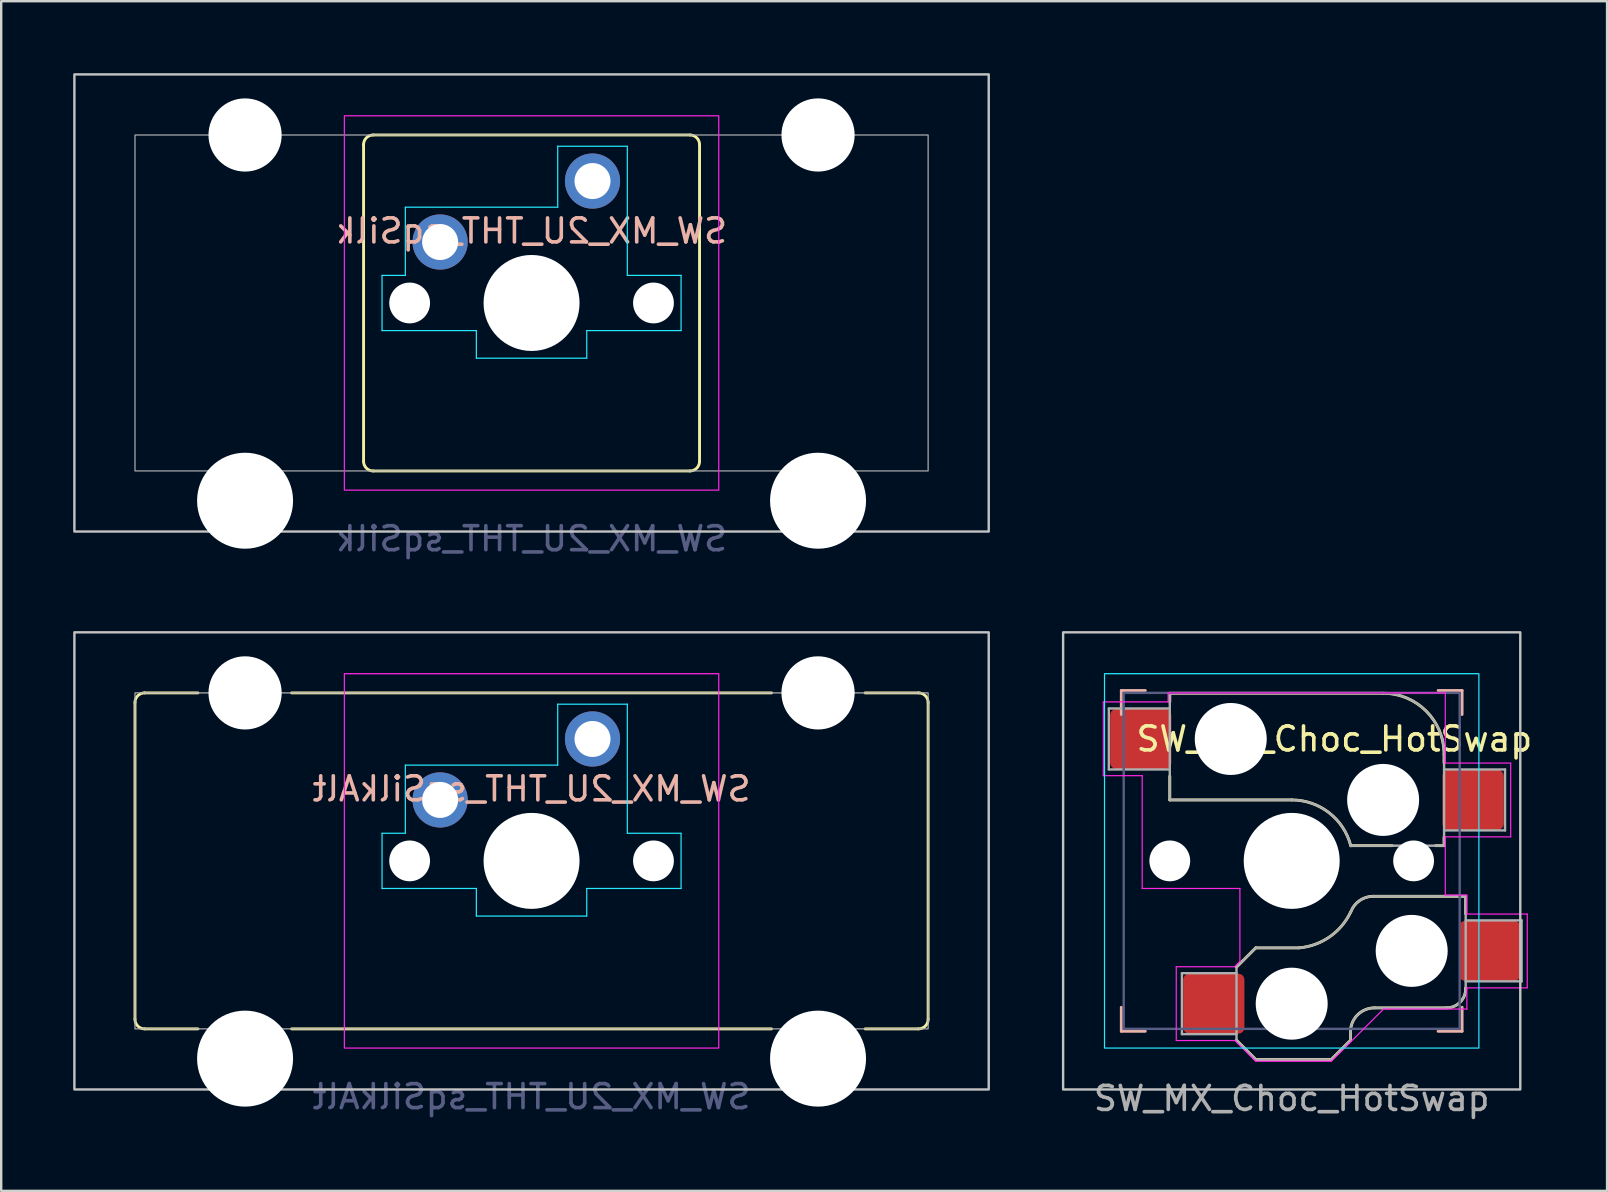
<source format=kicad_pcb>
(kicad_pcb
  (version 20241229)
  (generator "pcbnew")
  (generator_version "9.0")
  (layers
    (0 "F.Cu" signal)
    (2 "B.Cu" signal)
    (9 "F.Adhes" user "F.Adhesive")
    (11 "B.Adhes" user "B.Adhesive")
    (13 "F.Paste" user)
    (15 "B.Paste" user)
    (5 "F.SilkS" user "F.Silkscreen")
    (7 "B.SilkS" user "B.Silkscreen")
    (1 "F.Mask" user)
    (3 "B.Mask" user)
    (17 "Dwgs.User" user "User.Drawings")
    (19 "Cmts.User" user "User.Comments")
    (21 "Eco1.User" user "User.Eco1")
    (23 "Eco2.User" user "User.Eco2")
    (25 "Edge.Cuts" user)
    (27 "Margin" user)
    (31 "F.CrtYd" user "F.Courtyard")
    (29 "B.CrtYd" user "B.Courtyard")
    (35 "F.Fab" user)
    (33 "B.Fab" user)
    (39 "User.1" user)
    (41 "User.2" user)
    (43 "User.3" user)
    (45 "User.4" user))
  (footprint "SW_MX_2U_THT_sqSilk"
    (layer "F.Cu")
    (at 19.1 9.575)
    (property "Reference" "SW_MX_2U_THT_sqSilk" (at 0 -3 0) (unlocked yes) (layer "B.SilkS") (effects (font (size 1 1) (thickness 0.15)) (justify mirror)))
    (attr through_hole)
    (fp_line (start -7 6.6) (end -7 -6.6) (stroke (width 0.12) (type default)) (layer "F.SilkS"))
    (fp_line (start -6.6 -7) (end 6.6 -7) (stroke (width 0.12) (type default)) (layer "F.SilkS"))
    (fp_line (start 6.6 7) (end -6.6 7) (stroke (width 0.12) (type default)) (layer "F.SilkS"))
    (fp_line (start 7 -6.6) (end 7 6.6) (stroke (width 0.12) (type default)) (layer "F.SilkS"))
    (fp_arc (start -7 -6.600001) (mid -6.882842 -6.882843) (end -6.6 -7.000001) (stroke (width 0.12) (type default)) (layer "F.SilkS"))
    (fp_arc (start -6.6 6.999999) (mid -6.882842 6.882842) (end -7 6.599999) (stroke (width 0.12) (type default)) (layer "F.SilkS"))
    (fp_arc (start 6.6 -7.000001) (mid 6.882842 -6.882843) (end 7 -6.600001) (stroke (width 0.12) (type default)) (layer "F.SilkS"))
    (fp_arc (start 7 6.599999) (mid 6.882842 6.882841) (end 6.6 6.999999) (stroke (width 0.12) (type default)) (layer "F.SilkS"))
    (fp_rect (start -19.05 -9.525) (end 19.05 9.525) (stroke (width 0.1) (type default)) (fill no) (layer "Dwgs.User"))
    (fp_line (start -6.23 -1.15) (end -6.23 1.15) (stroke (width 0.05) (type default)) (layer "B.CrtYd"))
    (fp_line (start -6.23 -1.15) (end -5.26 -1.15) (stroke (width 0.05) (type default)) (layer "B.CrtYd"))
    (fp_line (start -6.23 1.15) (end -2.3 1.15) (stroke (width 0.05) (type default)) (layer "B.CrtYd"))
    (fp_line (start -5.26 -3.99) (end 1.09 -3.99) (stroke (width 0.05) (type default)) (layer "B.CrtYd"))
    (fp_line (start -5.26 -1.15) (end -5.26 -3.99) (stroke (width 0.05) (type default)) (layer "B.CrtYd"))
    (fp_line (start -2.3 1.15) (end -2.3 2.3) (stroke (width 0.05) (type default)) (layer "B.CrtYd"))
    (fp_line (start -2.3 2.3) (end 2.3 2.3) (stroke (width 0.05) (type default)) (layer "B.CrtYd"))
    (fp_line (start 1.09 -6.53) (end 3.99 -6.53) (stroke (width 0.05) (type default)) (layer "B.CrtYd"))
    (fp_line (start 1.09 -3.99) (end 1.09 -6.53) (stroke (width 0.05) (type default)) (layer "B.CrtYd"))
    (fp_line (start 2.3 1.15) (end 2.3 2.3) (stroke (width 0.05) (type default)) (layer "B.CrtYd"))
    (fp_line (start 3.99 -6.53) (end 3.99 -1.15) (stroke (width 0.05) (type default)) (layer "B.CrtYd"))
    (fp_line (start 3.99 -1.15) (end 6.23 -1.15) (stroke (width 0.05) (type default)) (layer "B.CrtYd"))
    (fp_line (start 6.23 -1.15) (end 6.23 1.15) (stroke (width 0.05) (type default)) (layer "B.CrtYd"))
    (fp_line (start 6.23 1.15) (end 2.3 1.15) (stroke (width 0.05) (type default)) (layer "B.CrtYd"))
    (fp_rect (start -7.8 -7.8) (end 7.8 7.8) (stroke (width 0.05) (type default)) (fill no) (layer "F.CrtYd"))
    (fp_rect (start -16.525 -7) (end 16.525 7) (stroke (width 0.05) (type default)) (fill no) (layer "F.Fab"))
    (fp_text user "${REFERENCE}" (at 0 9.825 0) (layer "B.Fab") (effects (font (size 1 1) (thickness 0.15)) (justify mirror)))
    (pad "" np_thru_hole circle (at -11.938 -7) (size 3.05 3.05) (drill 3.05) (layers "*.Cu" "*.Mask"))
    (pad "" np_thru_hole circle (at -11.938 8.24) (size 4 4) (drill 4) (layers "*.Cu" "*.Mask"))
    (pad "" np_thru_hole circle (at -5.08 0) (size 1.7 1.7) (drill 1.7) (layers "*.Cu" "*.Mask"))
    (pad "" np_thru_hole circle (at 0 0) (size 4 4) (drill 4) (layers "*.Cu" "*.Mask"))
    (pad "" np_thru_hole circle (at 5.08 0) (size 1.7 1.7) (drill 1.7) (layers "*.Cu" "*.Mask"))
    (pad "" np_thru_hole circle (at 11.938 -7) (size 3.05 3.05) (drill 3.05) (layers "*.Cu" "*.Mask"))
    (pad "" np_thru_hole circle (at 11.938 8.24) (size 4 4) (drill 4) (layers "*.Cu" "*.Mask"))
    (pad "1" thru_hole circle (at 2.54 -5.08) (size 2.3 2.3) (drill 1.5) (layers "*.Cu" "*.Mask"))
    (pad "2" thru_hole circle (at -3.81 -2.54) (size 2.3 2.3) (drill 1.5) (layers "*.Cu" "*.Mask")))
  (footprint "SW_MX_2U_THT_sqSilkAlt"
    (layer "F.Cu")
    (at 19.1 32.823)
    (property "Reference" "SW_MX_2U_THT_sqSilkAlt" (at 0 -3 0) (unlocked yes) (layer "B.SilkS") (effects (font (size 1 1) (thickness 0.15)) (justify mirror)))
    (attr through_hole)
    (fp_line (start -16.525 6.6) (end -16.525 -6.6) (stroke (width 0.12) (type default)) (layer "F.SilkS"))
    (fp_line (start -16.125 -7) (end -13.9 -7) (stroke (width 0.12) (type default)) (layer "F.SilkS"))
    (fp_line (start -13.9 7) (end -16.125 7) (stroke (width 0.12) (type default)) (layer "F.SilkS"))
    (fp_line (start 10 -7) (end -10 -7) (stroke (width 0.12) (type default)) (layer "F.SilkS"))
    (fp_line (start 10 7) (end -10 7) (stroke (width 0.12) (type default)) (layer "F.SilkS"))
    (fp_line (start 13.9 -7) (end 16.125 -7) (stroke (width 0.12) (type default)) (layer "F.SilkS"))
    (fp_line (start 16.125 7) (end 13.9 7) (stroke (width 0.12) (type default)) (layer "F.SilkS"))
    (fp_line (start 16.525 -6.6) (end 16.525 6.6) (stroke (width 0.12) (type default)) (layer "F.SilkS"))
    (fp_arc (start -16.525 -6.6) (mid -16.407843 -6.882843) (end -16.125 -7) (stroke (width 0.12) (type default)) (layer "F.SilkS"))
    (fp_arc (start -16.125 7) (mid -16.407843 6.882843) (end -16.525 6.6) (stroke (width 0.12) (type default)) (layer "F.SilkS"))
    (fp_arc (start 16.125 -7) (mid 16.407843 -6.882843) (end 16.525 -6.6) (stroke (width 0.12) (type default)) (layer "F.SilkS"))
    (fp_arc (start 16.525 6.6) (mid 16.407843 6.882843) (end 16.125 7) (stroke (width 0.12) (type default)) (layer "F.SilkS"))
    (fp_rect (start -19.05 -9.525) (end 19.05 9.525) (stroke (width 0.1) (type default)) (fill no) (layer "Dwgs.User"))
    (fp_line (start -6.23 -1.15) (end -6.23 1.15) (stroke (width 0.05) (type default)) (layer "B.CrtYd"))
    (fp_line (start -6.23 -1.15) (end -5.26 -1.15) (stroke (width 0.05) (type default)) (layer "B.CrtYd"))
    (fp_line (start -6.23 1.15) (end -2.3 1.15) (stroke (width 0.05) (type default)) (layer "B.CrtYd"))
    (fp_line (start -5.26 -3.99) (end 1.09 -3.99) (stroke (width 0.05) (type default)) (layer "B.CrtYd"))
    (fp_line (start -5.26 -1.15) (end -5.26 -3.99) (stroke (width 0.05) (type default)) (layer "B.CrtYd"))
    (fp_line (start -2.3 1.15) (end -2.3 2.3) (stroke (width 0.05) (type default)) (layer "B.CrtYd"))
    (fp_line (start -2.3 2.3) (end 2.3 2.3) (stroke (width 0.05) (type default)) (layer "B.CrtYd"))
    (fp_line (start 1.09 -6.53) (end 3.99 -6.53) (stroke (width 0.05) (type default)) (layer "B.CrtYd"))
    (fp_line (start 1.09 -3.99) (end 1.09 -6.53) (stroke (width 0.05) (type default)) (layer "B.CrtYd"))
    (fp_line (start 2.3 1.15) (end 2.3 2.3) (stroke (width 0.05) (type default)) (layer "B.CrtYd"))
    (fp_line (start 3.99 -6.53) (end 3.99 -1.15) (stroke (width 0.05) (type default)) (layer "B.CrtYd"))
    (fp_line (start 3.99 -1.15) (end 6.23 -1.15) (stroke (width 0.05) (type default)) (layer "B.CrtYd"))
    (fp_line (start 6.23 -1.15) (end 6.23 1.15) (stroke (width 0.05) (type default)) (layer "B.CrtYd"))
    (fp_line (start 6.23 1.15) (end 2.3 1.15) (stroke (width 0.05) (type default)) (layer "B.CrtYd"))
    (fp_rect (start -7.8 -7.8) (end 7.8 7.8) (stroke (width 0.05) (type default)) (fill no) (layer "F.CrtYd"))
    (fp_rect (start -16.525 -7) (end 16.525 7) (stroke (width 0.05) (type default)) (fill no) (layer "F.Fab"))
    (fp_text user "${REFERENCE}" (at 0 9.825 0) (layer "B.Fab") (effects (font (size 1 1) (thickness 0.15)) (justify mirror)))
    (pad "" np_thru_hole circle (at -11.938 -7) (size 3.05 3.05) (drill 3.05) (layers "*.Cu" "*.Mask"))
    (pad "" np_thru_hole circle (at -11.938 8.24) (size 4 4) (drill 4) (layers "*.Cu" "*.Mask"))
    (pad "" np_thru_hole circle (at -5.08 0) (size 1.7 1.7) (drill 1.7) (layers "*.Cu" "*.Mask"))
    (pad "" np_thru_hole circle (at 0 0) (size 4 4) (drill 4) (layers "*.Cu" "*.Mask"))
    (pad "" np_thru_hole circle (at 5.08 0) (size 1.7 1.7) (drill 1.7) (layers "*.Cu" "*.Mask"))
    (pad "" np_thru_hole circle (at 11.938 -7) (size 3.05 3.05) (drill 3.05) (layers "*.Cu" "*.Mask"))
    (pad "" np_thru_hole circle (at 11.938 8.24) (size 4 4) (drill 4) (layers "*.Cu" "*.Mask"))
    (pad "1" thru_hole circle (at 2.54 -5.08) (size 2.3 2.3) (drill 1.5) (layers "*.Cu" "*.Mask"))
    (pad "2" thru_hole circle (at -3.81 -2.54) (size 2.3 2.3) (drill 1.5) (layers "*.Cu" "*.Mask")))
  (footprint "SW_MX_Choc_HotSwap"
    (layer "F.Cu")
    (at 50.775 32.823)
    (property "Reference" "SW_MX_Choc_HotSwap" (at 1.778 -5.08 180) (layer "F.SilkS") (effects (font (size 1 1) (thickness 0.15))))
    (attr smd)
    (fp_line (start -5.08 -6.985) (end -5.08 -6.63) (stroke (width 0.12) (type solid)) (layer "F.SilkS"))
    (fp_line (start -5.08 -2.54) (end -5.08 -3.53) (stroke (width 0.12) (type default)) (layer "F.SilkS"))
    (fp_line (start -5.08 -2.54) (end 0 -2.54) (stroke (width 0.12) (type solid)) (layer "F.SilkS"))
    (fp_line (start -2.3 7.475) (end -1.5 8.275) (stroke (width 0.12) (type solid)) (layer "F.SilkS"))
    (fp_line (start -1.5 3.625) (end -2.3 4.425) (stroke (width 0.12) (type solid)) (layer "F.SilkS"))
    (fp_line (start -1.5 3.625) (end 0.3 3.625) (stroke (width 0.12) (type solid)) (layer "F.SilkS"))
    (fp_line (start -1.5 8.275) (end 1.65 8.275) (stroke (width 0.12) (type solid)) (layer "F.SilkS"))
    (fp_line (start 2.45 7.475) (end 1.65 8.275) (stroke (width 0.12) (type solid)) (layer "F.SilkS"))
    (fp_line (start 2.45 7.475) (end 2.45 7.125) (stroke (width 0.12) (type solid)) (layer "F.SilkS"))
    (fp_line (start 2.464 -0.635) (end 4.191 -0.635) (stroke (width 0.12) (type solid)) (layer "F.SilkS"))
    (fp_line (start 3.81 -6.985) (end -5.08 -6.985) (stroke (width 0.12) (type solid)) (layer "F.SilkS"))
    (fp_line (start 6 -0.635) (end 6.35 -0.635) (stroke (width 0.12) (type solid)) (layer "F.SilkS"))
    (fp_line (start 6.35 -4.445) (end 6.35 -4.09) (stroke (width 0.12) (type solid)) (layer "F.SilkS"))
    (fp_line (start 6.35 -0.99) (end 6.35 -0.635) (stroke (width 0.12) (type solid)) (layer "F.SilkS"))
    (fp_line (start 6.45 6.125) (end 3.45 6.125) (stroke (width 0.12) (type solid)) (layer "F.SilkS"))
    (fp_line (start 7.25 1.475) (end 3.396 1.475) (stroke (width 0.12) (type solid)) (layer "F.SilkS"))
    (fp_line (start 7.25 1.475) (end 7.25 2.2) (stroke (width 0.12) (type solid)) (layer "F.SilkS"))
    (fp_line (start 7.25 5.3) (end 7.25 5.325) (stroke (width 0.12) (type solid)) (layer "F.SilkS"))
    (fp_arc (start 0 -2.54) (mid 1.555901 -2.007678) (end 2.459645 -0.633836) (stroke (width 0.12) (type default)) (layer "F.SilkS"))
    (fp_arc (start 2.45 7.125) (mid 2.742893 6.417893) (end 3.45 6.125) (stroke (width 0.12) (type solid)) (layer "F.SilkS"))
    (fp_arc (start 2.455444 2.13293) (mid 1.577272 3.167235) (end 0.299999 3.624999) (stroke (width 0.12) (type solid)) (layer "F.SilkS"))
    (fp_arc (start 2.460307 2.13298) (mid 2.826423 1.655848) (end 3.4 1.475) (stroke (width 0.12) (type solid)) (layer "F.SilkS"))
    (fp_arc (start 3.81 -6.985) (mid 5.606051 -6.241051) (end 6.35 -4.445) (stroke (width 0.12) (type solid)) (layer "F.SilkS"))
    (fp_arc (start 7.25 5.325) (mid 7.015685 5.890685) (end 6.45 6.125) (stroke (width 0.12) (type solid)) (layer "F.SilkS"))
    (fp_line (start -7.1 -7.1) (end -7.1 -6.1) (stroke (width 0.12) (type solid)) (layer "B.SilkS"))
    (fp_line (start -7.1 -7.1) (end -6.1 -7.1) (stroke (width 0.12) (type solid)) (layer "B.SilkS"))
    (fp_line (start -7.1 7.1) (end -7.1 6.1) (stroke (width 0.12) (type solid)) (layer "B.SilkS"))
    (fp_line (start -6.1 7.1) (end -7.1 7.1) (stroke (width 0.12) (type solid)) (layer "B.SilkS"))
    (fp_line (start 6.1 -7.1) (end 7.1 -7.1) (stroke (width 0.12) (type solid)) (layer "B.SilkS"))
    (fp_line (start 7.1 -7.1) (end 7.1 -6.1) (stroke (width 0.12) (type solid)) (layer "B.SilkS"))
    (fp_line (start 7.1 6.1) (end 7.1 7.1) (stroke (width 0.12) (type solid)) (layer "B.SilkS"))
    (fp_line (start 7.1 7.1) (end 6.1 7.1) (stroke (width 0.12) (type solid)) (layer "B.SilkS"))
    (fp_rect (start -9.525 -9.525) (end 9.525 9.525) (stroke (width 0.1) (type default)) (fill no) (layer "Dwgs.User"))
    (fp_rect (start -7.8 -7.8) (end 7.8 7.8) (stroke (width 0.05) (type default)) (fill no) (layer "B.CrtYd"))
    (fp_line (start -7.85 -6.625) (end -5.15 -6.625) (stroke (width 0.05) (type default)) (layer "F.CrtYd"))
    (fp_line (start -7.85 -3.55) (end -7.85 -6.625) (stroke (width 0.05) (type default)) (layer "F.CrtYd"))
    (fp_line (start -6.23 -3.55) (end -7.85 -3.55) (stroke (width 0.05) (type default)) (layer "F.CrtYd"))
    (fp_line (start -6.23 1.15) (end -6.23 -3.55) (stroke (width 0.05) (type default)) (layer "F.CrtYd"))
    (fp_line (start -6.23 1.15) (end -2.159 1.15) (stroke (width 0.05) (type default)) (layer "F.CrtYd"))
    (fp_line (start -5.15 -7) (end 6.4 -7) (stroke (width 0.05) (type default)) (layer "F.CrtYd"))
    (fp_line (start -5.15 -6.625) (end -5.15 -7) (stroke (width 0.05) (type default)) (layer "F.CrtYd"))
    (fp_line (start -4.81 4.41) (end -4.81 7.485) (stroke (width 0.05) (type default)) (layer "F.CrtYd"))
    (fp_line (start -4.81 7.485) (end -2.365 7.485) (stroke (width 0.05) (type default)) (layer "F.CrtYd"))
    (fp_line (start -2.378 4.41) (end -4.81 4.41) (stroke (width 0.05) (type default)) (layer "F.CrtYd"))
    (fp_line (start -2.378 4.41) (end -2.159 4.191) (stroke (width 0.05) (type default)) (layer "F.CrtYd"))
    (fp_line (start -2.365 7.485) (end -1.5 8.35) (stroke (width 0.05) (type default)) (layer "F.CrtYd"))
    (fp_line (start -2.159 4.191) (end -2.159 1.15) (stroke (width 0.05) (type default)) (layer "F.CrtYd"))
    (fp_line (start -1.5 8.35) (end 1.65 8.35) (stroke (width 0.05) (type default)) (layer "F.CrtYd"))
    (fp_line (start 1.651 8.35) (end 3.825 6.175) (stroke (width 0.05) (type default)) (layer "F.CrtYd"))
    (fp_line (start 3.825 6.175) (end 7.3 6.175) (stroke (width 0.05) (type default)) (layer "F.CrtYd"))
    (fp_line (start 6.4 -4.075) (end 6.4 -7) (stroke (width 0.05) (type default)) (layer "F.CrtYd"))
    (fp_line (start 6.4 -1) (end 9.125 -1) (stroke (width 0.05) (type default)) (layer "F.CrtYd"))
    (fp_line (start 6.4 1.425) (end 6.4 -1) (stroke (width 0.05) (type default)) (layer "F.CrtYd"))
    (fp_line (start 7.3 1.425) (end 6.4 1.425) (stroke (width 0.05) (type default)) (layer "F.CrtYd"))
    (fp_line (start 7.3 2.215) (end 7.3 1.425) (stroke (width 0.05) (type default)) (layer "F.CrtYd"))
    (fp_line (start 7.3 5.29) (end 9.815 5.29) (stroke (width 0.05) (type default)) (layer "F.CrtYd"))
    (fp_line (start 7.3 6.175) (end 7.3 5.29) (stroke (width 0.05) (type default)) (layer "F.CrtYd"))
    (fp_line (start 9.125 -4.075) (end 6.4 -4.075) (stroke (width 0.05) (type default)) (layer "F.CrtYd"))
    (fp_line (start 9.125 -1) (end 9.125 -4.075) (stroke (width 0.05) (type default)) (layer "F.CrtYd"))
    (fp_line (start 9.815 2.215) (end 7.3 2.215) (stroke (width 0.05) (type default)) (layer "F.CrtYd"))
    (fp_line (start 9.815 5.29) (end 9.815 2.215) (stroke (width 0.05) (type default)) (layer "F.CrtYd"))
    (fp_rect (start -7 -7) (end 7 7) (stroke (width 0.1) (type default)) (fill no) (layer "B.Fab"))
    (fp_line (start -7.62 -6.35) (end -7.62 -3.81) (stroke (width 0.1) (type solid)) (layer "F.Fab"))
    (fp_line (start -7.62 -3.81) (end -5.08 -3.81) (stroke (width 0.1) (type solid)) (layer "F.Fab"))
    (fp_line (start -5.08 -6.985) (end -5.08 -2.54) (stroke (width 0.1) (type solid)) (layer "F.Fab"))
    (fp_line (start -5.08 -6.35) (end -7.62 -6.35) (stroke (width 0.1) (type solid)) (layer "F.Fab"))
    (fp_line (start -5.08 -2.54) (end 0 -2.54) (stroke (width 0.1) (type solid)) (layer "F.Fab"))
    (fp_line (start -4.575 4.68) (end -4.575 7.22) (stroke (width 0.1) (type solid)) (layer "F.Fab"))
    (fp_line (start -4.575 7.22) (end -2.3 7.22) (stroke (width 0.1) (type solid)) (layer "F.Fab"))
    (fp_line (start -2.3 4.425) (end -2.3 7.475) (stroke (width 0.1) (type default)) (layer "F.Fab"))
    (fp_line (start -2.3 4.68) (end -4.575 4.68) (stroke (width 0.1) (type solid)) (layer "F.Fab"))
    (fp_line (start -2.3 7.475) (end -1.5 8.275) (stroke (width 0.1) (type solid)) (layer "F.Fab"))
    (fp_line (start -1.5 3.625) (end -2.3 4.425) (stroke (width 0.1) (type solid)) (layer "F.Fab"))
    (fp_line (start -1.5 3.625) (end 0.3 3.625) (stroke (width 0.1) (type solid)) (layer "F.Fab"))
    (fp_line (start -1.5 8.275) (end 1.65 8.275) (stroke (width 0.1) (type solid)) (layer "F.Fab"))
    (fp_line (start 2.45 7.475) (end 1.65 8.275) (stroke (width 0.1) (type solid)) (layer "F.Fab"))
    (fp_line (start 2.45 7.475) (end 2.45 7.125) (stroke (width 0.1) (type solid)) (layer "F.Fab"))
    (fp_line (start 3.81 -6.985) (end -5.08 -6.985) (stroke (width 0.1) (type solid)) (layer "F.Fab"))
    (fp_line (start 6.35 -1.27) (end 8.89 -1.27) (stroke (width 0.1) (type solid)) (layer "F.Fab"))
    (fp_line (start 6.35 -0.635) (end 2.54 -0.635) (stroke (width 0.1) (type solid)) (layer "F.Fab"))
    (fp_line (start 6.35 -0.635) (end 6.35 -4.445) (stroke (width 0.1) (type solid)) (layer "F.Fab"))
    (fp_line (start 6.45 6.125) (end 3.45 6.125) (stroke (width 0.1) (type solid)) (layer "F.Fab"))
    (fp_line (start 7.25 1.475) (end 3.396 1.475) (stroke (width 0.1) (type solid)) (layer "F.Fab"))
    (fp_line (start 7.25 1.475) (end 7.25 5.325) (stroke (width 0.1) (type default)) (layer "F.Fab"))
    (fp_line (start 7.25 5.02) (end 9.58 5.02) (stroke (width 0.1) (type solid)) (layer "F.Fab"))
    (fp_line (start 8.89 -3.81) (end 6.35 -3.81) (stroke (width 0.1) (type solid)) (layer "F.Fab"))
    (fp_line (start 8.89 -1.27) (end 8.89 -3.81) (stroke (width 0.1) (type solid)) (layer "F.Fab"))
    (fp_line (start 9.58 2.48) (end 7.25 2.48) (stroke (width 0.1) (type solid)) (layer "F.Fab"))
    (fp_line (start 9.58 5.02) (end 9.58 2.48) (stroke (width 0.1) (type solid)) (layer "F.Fab"))
    (fp_arc (start 0 -2.54) (mid 1.563147 -2.002042) (end 2.464162 -0.61604) (stroke (width 0.1) (type solid)) (layer "F.Fab"))
    (fp_arc (start 2.45 7.125) (mid 2.742893 6.417893) (end 3.45 6.125) (stroke (width 0.1) (type solid)) (layer "F.Fab"))
    (fp_arc (start 2.455444 2.13293) (mid 1.577272 3.167235) (end 0.299999 3.624999) (stroke (width 0.1) (type solid)) (layer "F.Fab"))
    (fp_arc (start 2.460307 2.13298) (mid 2.826423 1.655848) (end 3.4 1.475) (stroke (width 0.1) (type solid)) (layer "F.Fab"))
    (fp_arc (start 3.81 -6.985) (mid 5.606051 -6.241051) (end 6.35 -4.445) (stroke (width 0.1) (type solid)) (layer "F.Fab"))
    (fp_arc (start 7.25 5.325) (mid 7.015685 5.890685) (end 6.45 6.125) (stroke (width 0.1) (type solid)) (layer "F.Fab"))
    (fp_text user "${REFERENCE}" (at 0 9.9 0) (layer "F.Fab") (effects (font (size 1 1) (thickness 0.15))))
    (pad "" np_thru_hole circle (at -5.08 0 180) (size 1.7 1.7) (drill 1.7) (layers "*.Cu" "*.Mask"))
    (pad "" np_thru_hole circle (at -2.54 -5.08) (size 3 3) (drill 3) (layers "*.Cu" "*.Mask"))
    (pad "" np_thru_hole circle (at 0 0 180) (size 4 4) (drill 4) (layers "*.Cu" "*.Mask"))
    (pad "" np_thru_hole circle (at 0 5.95) (size 3 3) (drill 3) (layers "*.Cu" "*.Mask"))
    (pad "" np_thru_hole circle (at 3.81 -2.54) (size 3 3) (drill 3) (layers "*.Cu" "*.Mask"))
    (pad "" np_thru_hole circle (at 5 3.75) (size 3 3) (drill 3) (layers "*.Cu" "*.Mask"))
    (pad "" np_thru_hole circle (at 5.08 0 180) (size 1.7 1.7) (drill 1.7) (layers "*.Cu" "*.Mask"))
    (pad "1" smd roundrect (at 7.56 -2.54) (size 2.55 2.5) (layers "F.Cu" "F.Mask" "F.Paste") (roundrect_rratio 0.1))
    (pad "1" smd roundrect (at 8.25 3.75) (size 2.55 2.5) (layers "F.Cu" "F.Mask" "F.Paste") (roundrect_rratio 0.1))
    (pad "2" smd roundrect (at -6.29 -5.08) (size 2.55 2.5) (layers "F.Cu" "F.Mask" "F.Paste") (roundrect_rratio 0.1))
    (pad "2" smd roundrect (at -3.245 5.95) (size 2.55 2.5) (layers "F.Cu" "F.Mask" "F.Paste") (roundrect_rratio 0.1)))
  (gr_rect
    (start -3 -3)
    (end 63.916 46.572)
    (stroke (width 0.1) (type default))
    (fill no)
    (layer "Edge.Cuts")))
</source>
